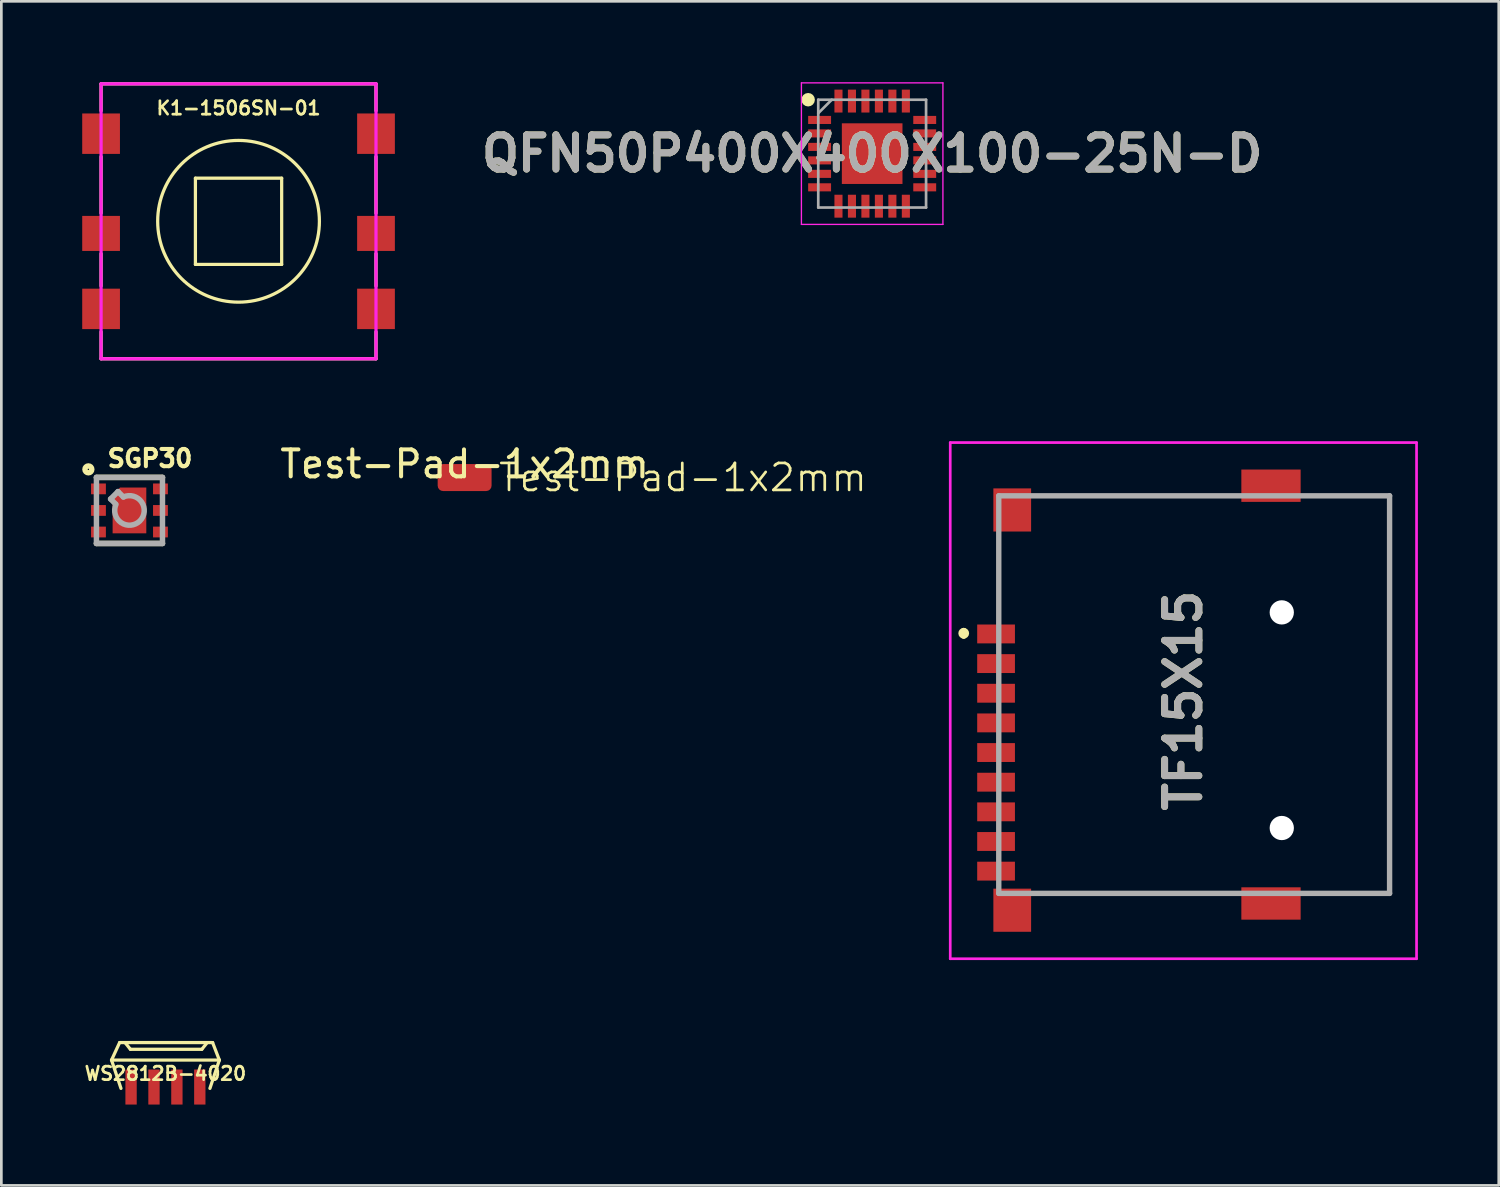
<source format=kicad_pcb>
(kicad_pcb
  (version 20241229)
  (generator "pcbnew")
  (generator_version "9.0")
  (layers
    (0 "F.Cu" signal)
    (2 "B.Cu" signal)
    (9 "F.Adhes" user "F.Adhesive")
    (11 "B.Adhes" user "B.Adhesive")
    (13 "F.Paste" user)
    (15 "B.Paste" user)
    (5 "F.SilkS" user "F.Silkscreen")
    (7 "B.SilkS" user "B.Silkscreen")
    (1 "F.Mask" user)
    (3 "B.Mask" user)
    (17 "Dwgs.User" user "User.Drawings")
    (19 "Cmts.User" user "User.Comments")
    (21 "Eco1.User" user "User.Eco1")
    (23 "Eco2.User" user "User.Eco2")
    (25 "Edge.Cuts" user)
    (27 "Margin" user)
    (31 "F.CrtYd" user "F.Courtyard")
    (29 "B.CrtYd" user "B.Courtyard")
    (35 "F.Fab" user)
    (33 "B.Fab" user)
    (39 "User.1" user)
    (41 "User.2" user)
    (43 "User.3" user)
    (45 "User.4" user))
  (footprint "SGP30"
    (layer "F.Cu")
    (at 1.753 15.888)
    (property "Reference" "SGP30" (at 0.762 -1.93 0) (layer "F.SilkS") (effects (font (size 0.64 0.64) (thickness 0.15))))
    (attr smd)
    (fp_poly (pts (xy -0.725 0.95) (xy 0.725 0.95) (xy 0.725 -0.95) (xy -0.4 -0.95) (xy -0.725 -0.625)) (stroke (width 0.0001) (type solid)) (fill yes) (layer "F.Mask"))
    (fp_line (start -1.225 -1.225) (end 1.225 -1.225) (stroke (width 0.203) (type solid)) (layer "F.SilkS"))
    (fp_line (start 1.225 1.225) (end -1.225 1.225) (stroke (width 0.203) (type solid)) (layer "F.SilkS"))
    (fp_circle (center -1.524 -1.524) (end -1.397 -1.524) (stroke (width 0.203) (type solid)) (fill no) (layer "F.SilkS"))
    (fp_poly (pts (xy -1.525 -1) (xy -0.975 -1) (xy -0.975 -0.6) (xy -1.525 -0.6)) (stroke (width 0.01) (type solid)) (fill yes) (layer "F.Paste"))
    (fp_poly (pts (xy -1.525 -0.2) (xy -0.975 -0.2) (xy -0.975 0.2) (xy -1.525 0.2)) (stroke (width 0.01) (type solid)) (fill yes) (layer "F.Paste"))
    (fp_poly (pts (xy -1.525 0.6) (xy -0.975 0.6) (xy -0.975 1) (xy -1.525 1)) (stroke (width 0.01) (type solid)) (fill yes) (layer "F.Paste"))
    (fp_poly (pts (xy -0.3 -0.425) (xy 0.3 -0.425) (xy 0.3 0.425) (xy -0.3 0.425)) (stroke (width 0.01) (type solid)) (fill yes) (layer "F.Paste"))
    (fp_poly (pts (xy 0.975 -1) (xy 1.525 -1) (xy 1.525 -0.6) (xy 0.975 -0.6)) (stroke (width 0.01) (type solid)) (fill yes) (layer "F.Paste"))
    (fp_poly (pts (xy 0.975 -0.2) (xy 1.525 -0.2) (xy 1.525 0.2) (xy 0.975 0.2)) (stroke (width 0.01) (type solid)) (fill yes) (layer "F.Paste"))
    (fp_poly (pts (xy 0.975 0.6) (xy 1.525 0.6) (xy 1.525 1) (xy 0.975 1)) (stroke (width 0.01) (type solid)) (fill yes) (layer "F.Paste"))
    (fp_line (start -1.225 -1.225) (end -1.225 1.225) (stroke (width 0.203) (type solid)) (layer "F.Fab"))
    (fp_line (start -1.225 1.225) (end 1.225 1.225) (stroke (width 0.203) (type solid)) (layer "F.Fab"))
    (fp_line (start -0.7 -0.425) (end -0.525 -0.25) (stroke (width 0.203) (type solid)) (layer "F.Fab"))
    (fp_line (start -0.425 -0.7) (end -0.7 -0.425) (stroke (width 0.203) (type solid)) (layer "F.Fab"))
    (fp_line (start -0.225 -0.5) (end -0.425 -0.7) (stroke (width 0.203) (type solid)) (layer "F.Fab"))
    (fp_line (start 1.225 -1.225) (end -1.225 -1.225) (stroke (width 0.203) (type solid)) (layer "F.Fab"))
    (fp_line (start 1.225 1.225) (end 1.225 -1.225) (stroke (width 0.203) (type solid)) (layer "F.Fab"))
    (fp_arc (start -0.225 -0.5) (mid 0.387692 0.387692) (end -0.5 -0.225) (stroke (width 0.2032) (type solid)) (layer "F.Fab"))
    (pad "1" smd rect (at -1.15 -0.8) (size 0.55 0.4) (layers "F.Cu" "F.Mask"))
    (pad "2" smd rect (at -1.15 0) (size 0.55 0.4) (layers "F.Cu" "F.Mask"))
    (pad "3" smd rect (at -1.15 0.8) (size 0.55 0.4) (layers "F.Cu" "F.Mask"))
    (pad "4" smd rect (at 1.15 0.8) (size 0.55 0.4) (layers "F.Cu" "F.Mask"))
    (pad "5" smd rect (at 1.15 0) (size 0.55 0.4) (layers "F.Cu" "F.Mask"))
    (pad "6" smd rect (at 1.15 -0.8) (size 0.55 0.4) (layers "F.Cu" "F.Mask"))
    (pad "DIEPAD" smd custom (at 0 0) (size 0.305 0.61) (layers "F.Cu") (options (anchor rect)) (primitives (gr_poly (pts (xy -0.625 0.85) (xy 0.625 0.85) (xy 0.625 -0.85) (xy -0.35 -0.85) (xy -0.625 -0.575)) (width 0.0001) (fill yes)))))
  (footprint "K1-1506SN-01"
    (layer "F.Cu")
    (at 5.8 5.16)
    (property "Reference" "K1-1506SN-01" (at 0 -4.2 0) (layer "F.SilkS") (effects (font (size 0.5 0.5) (thickness 0.1))))
    (attr smd)
    (fp_line (start -5.1 -5.1) (end -5.1 -4.1) (stroke (width 0.12) (type solid)) (layer "F.SilkS"))
    (fp_line (start -5.1 -2.4) (end -5.1 -0.3) (stroke (width 0.12) (type solid)) (layer "F.SilkS"))
    (fp_line (start -5.1 1.2) (end -5.1 2.4) (stroke (width 0.12) (type solid)) (layer "F.SilkS"))
    (fp_line (start -5.1 4.1) (end -5.1 5.1) (stroke (width 0.12) (type solid)) (layer "F.SilkS"))
    (fp_line (start -5.1 5.1) (end 5.1 5.1) (stroke (width 0.12) (type solid)) (layer "F.SilkS"))
    (fp_line (start -1.6 -1.6) (end 1.6 -1.6) (stroke (width 0.12) (type solid)) (layer "F.SilkS"))
    (fp_line (start -1.6 1.6) (end -1.6 -1.6) (stroke (width 0.12) (type solid)) (layer "F.SilkS"))
    (fp_line (start 1.6 1.6) (end -1.6 1.6) (stroke (width 0.12) (type solid)) (layer "F.SilkS"))
    (fp_line (start 1.6 1.6) (end 1.6 -1.6) (stroke (width 0.12) (type solid)) (layer "F.SilkS"))
    (fp_line (start 5.1 -5.1) (end -5.1 -5.1) (stroke (width 0.12) (type solid)) (layer "F.SilkS"))
    (fp_line (start 5.1 -5.1) (end 5.1 -4.1) (stroke (width 0.12) (type solid)) (layer "F.SilkS"))
    (fp_line (start 5.1 -2.4) (end 5.1 -0.3) (stroke (width 0.12) (type solid)) (layer "F.SilkS"))
    (fp_line (start 5.1 1.2) (end 5.1 2.4) (stroke (width 0.12) (type solid)) (layer "F.SilkS"))
    (fp_line (start 5.1 5.1) (end 5.1 4.1) (stroke (width 0.12) (type solid)) (layer "F.SilkS"))
    (fp_circle (center 0 0) (end 3 0) (stroke (width 0.12) (type solid)) (fill no) (layer "F.SilkS"))
    (fp_line (start -5.1 -5.1) (end -5.1 5.1) (stroke (width 0.12) (type solid)) (layer "F.CrtYd"))
    (fp_line (start -5.1 -5.1) (end 5.1 -5.1) (stroke (width 0.12) (type solid)) (layer "F.CrtYd"))
    (fp_line (start -5.1 5.1) (end 5.1 5.1) (stroke (width 0.12) (type solid)) (layer "F.CrtYd"))
    (fp_line (start 5.1 -5.1) (end 5.1 5.1) (stroke (width 0.12) (type solid)) (layer "F.CrtYd"))
    (pad "1" smd rect (at -5.1 -3.25) (size 1.4 1.5) (layers "F.Cu" "F.Mask" "F.Paste"))
    (pad "2" smd rect (at -5.1 0.45) (size 1.4 1.3) (layers "F.Cu" "F.Mask" "F.Paste"))
    (pad "3" smd rect (at -5.1 3.25) (size 1.4 1.5) (layers "F.Cu" "F.Mask" "F.Paste"))
    (pad "4" smd rect (at 5.1 3.25) (size 1.4 1.5) (layers "F.Cu" "F.Mask" "F.Paste"))
    (pad "5" smd rect (at 5.1 0.45) (size 1.4 1.3) (layers "F.Cu" "F.Mask" "F.Paste"))
    (pad "6" smd rect (at 5.1 -3.25) (size 1.4 1.5) (layers "F.Cu" "F.Mask" "F.Paste")))
  (footprint "Test-Pad-1x2mm"
    (layer "F.Cu")
    (at 14.188 14.668)
    (property "Reference" "Test-Pad-1x2mm" (at 0 -0.5 0) (unlocked yes) (layer "F.SilkS") (effects (font (size 1 1) (thickness 0.15))))
    (property "Value" "Test-Pad-1x2mm" (at 0 1 0) (unlocked yes) (layer "F.Fab") (hide yes) (effects (font (size 1 1) (thickness 0.15))))
    (attr smd exclude_from_pos_files exclude_from_bom)
    (fp_text user "${VALUE}" (at 1.2 0 0) (layer "F.SilkS") (effects (font (size 1 1) (thickness 0.1)) (justify left)))
    (pad "1" smd roundrect (at 0 0) (size 2 1) (layers "F.Cu" "F.Mask") (roundrect_rratio 0.2)))
  (footprint "QFN50P400X400X100-25N-D"
    (layer "F.Cu")
    (at 29.308 2.65)
    (property "Reference" "QFN50P400X400X100-25N-D" (at 0 0 0) (layer "F.SilkS") (effects (font (size 1.27 1.27) (thickness 0.254))))
    (attr smd)
    (fp_circle (center -2.375 -2) (end -2.375 -1.875) (stroke (width 0.25) (type solid)) (fill no) (layer "F.SilkS"))
    (fp_line (start -2.625 -2.625) (end 2.625 -2.625) (stroke (width 0.05) (type solid)) (layer "F.CrtYd"))
    (fp_line (start -2.625 2.625) (end -2.625 -2.625) (stroke (width 0.05) (type solid)) (layer "F.CrtYd"))
    (fp_line (start 2.625 -2.625) (end 2.625 2.625) (stroke (width 0.05) (type solid)) (layer "F.CrtYd"))
    (fp_line (start 2.625 2.625) (end -2.625 2.625) (stroke (width 0.05) (type solid)) (layer "F.CrtYd"))
    (fp_line (start -2 -2) (end 2 -2) (stroke (width 0.1) (type solid)) (layer "F.Fab"))
    (fp_line (start -2 -1.5) (end -1.5 -2) (stroke (width 0.1) (type solid)) (layer "F.Fab"))
    (fp_line (start -2 2) (end -2 -2) (stroke (width 0.1) (type solid)) (layer "F.Fab"))
    (fp_line (start 2 -2) (end 2 2) (stroke (width 0.1) (type solid)) (layer "F.Fab"))
    (fp_line (start 2 2) (end -2 2) (stroke (width 0.1) (type solid)) (layer "F.Fab"))
    (fp_text user "${REFERENCE}" (at 0 0 0) (layer "F.Fab") (effects (font (size 1.27 1.27) (thickness 0.254))))
    (pad "1" smd rect (at -1.95 -1.25 90) (size 0.3 0.85) (layers "F.Cu" "F.Mask" "F.Paste"))
    (pad "2" smd rect (at -1.95 -0.75 90) (size 0.3 0.85) (layers "F.Cu" "F.Mask" "F.Paste"))
    (pad "3" smd rect (at -1.95 -0.25 90) (size 0.3 0.85) (layers "F.Cu" "F.Mask" "F.Paste"))
    (pad "4" smd rect (at -1.95 0.25 90) (size 0.3 0.85) (layers "F.Cu" "F.Mask" "F.Paste"))
    (pad "5" smd rect (at -1.95 0.75 90) (size 0.3 0.85) (layers "F.Cu" "F.Mask" "F.Paste"))
    (pad "6" smd rect (at -1.95 1.25 90) (size 0.3 0.85) (layers "F.Cu" "F.Mask" "F.Paste"))
    (pad "7" smd rect (at -1.25 1.95) (size 0.3 0.85) (layers "F.Cu" "F.Mask" "F.Paste"))
    (pad "8" smd rect (at -0.75 1.95) (size 0.3 0.85) (layers "F.Cu" "F.Mask" "F.Paste"))
    (pad "9" smd rect (at -0.25 1.95) (size 0.3 0.85) (layers "F.Cu" "F.Mask" "F.Paste"))
    (pad "10" smd rect (at 0.25 1.95) (size 0.3 0.85) (layers "F.Cu" "F.Mask" "F.Paste"))
    (pad "11" smd rect (at 0.75 1.95) (size 0.3 0.85) (layers "F.Cu" "F.Mask" "F.Paste"))
    (pad "12" smd rect (at 1.25 1.95) (size 0.3 0.85) (layers "F.Cu" "F.Mask" "F.Paste"))
    (pad "13" smd rect (at 1.95 1.25 90) (size 0.3 0.85) (layers "F.Cu" "F.Mask" "F.Paste"))
    (pad "14" smd rect (at 1.95 0.75 90) (size 0.3 0.85) (layers "F.Cu" "F.Mask" "F.Paste"))
    (pad "15" smd rect (at 1.95 0.25 90) (size 0.3 0.85) (layers "F.Cu" "F.Mask" "F.Paste"))
    (pad "16" smd rect (at 1.95 -0.25 90) (size 0.3 0.85) (layers "F.Cu" "F.Mask" "F.Paste"))
    (pad "17" smd rect (at 1.95 -0.75 90) (size 0.3 0.85) (layers "F.Cu" "F.Mask" "F.Paste"))
    (pad "18" smd rect (at 1.95 -1.25 90) (size 0.3 0.85) (layers "F.Cu" "F.Mask" "F.Paste"))
    (pad "19" smd rect (at 1.25 -1.95) (size 0.3 0.85) (layers "F.Cu" "F.Mask" "F.Paste"))
    (pad "20" smd rect (at 0.75 -1.95) (size 0.3 0.85) (layers "F.Cu" "F.Mask" "F.Paste"))
    (pad "21" smd rect (at 0.25 -1.95) (size 0.3 0.85) (layers "F.Cu" "F.Mask" "F.Paste"))
    (pad "22" smd rect (at -0.25 -1.95) (size 0.3 0.85) (layers "F.Cu" "F.Mask" "F.Paste"))
    (pad "23" smd rect (at -0.75 -1.95) (size 0.3 0.85) (layers "F.Cu" "F.Mask" "F.Paste"))
    (pad "24" smd rect (at -1.25 -1.95) (size 0.3 0.85) (layers "F.Cu" "F.Mask" "F.Paste"))
    (pad "25" smd rect (at 0 0) (size 2.25 2.25) (layers "F.Cu" "F.Mask" "F.Paste")))
  (footprint "TF15X15"
    (layer "F.Cu")
    (at 40.855 22.945)
    (property "Reference" "TF15X15" (at 0 0 90) (layer "F.SilkS") (effects (font (size 1.27 1.27) (thickness 0.254))))
    (attr smd)
    (fp_line (start -8.15 -2.6) (end -8.15 -2.6) (stroke (width 0.2) (type solid)) (layer "F.SilkS"))
    (fp_line (start -8.15 -2.4) (end -8.15 -2.4) (stroke (width 0.2) (type solid)) (layer "F.SilkS"))
    (fp_line (start -6.85 -6.1) (end -6.85 -3.1) (stroke (width 0.1) (type solid)) (layer "F.SilkS"))
    (fp_line (start -5.35 7.15) (end 1.85 7.15) (stroke (width 0.1) (type solid)) (layer "F.SilkS"))
    (fp_line (start 1.85 -7.6) (end -5.35 -7.6) (stroke (width 0.1) (type solid)) (layer "F.SilkS"))
    (fp_line (start 4.55 7.15) (end 7.65 7.15) (stroke (width 0.1) (type solid)) (layer "F.SilkS"))
    (fp_line (start 7.65 -7.6) (end 4.55 -7.6) (stroke (width 0.1) (type solid)) (layer "F.SilkS"))
    (fp_line (start 7.65 7.15) (end 7.65 -7.6) (stroke (width 0.1) (type solid)) (layer "F.SilkS"))
    (fp_arc (start -8.15 -2.6) (mid -8.05 -2.5) (end -8.15 -2.4) (stroke (width 0.2) (type solid)) (layer "F.SilkS"))
    (fp_arc (start -8.15 -2.4) (mid -8.25 -2.5) (end -8.15 -2.6) (stroke (width 0.2) (type solid)) (layer "F.SilkS"))
    (fp_line (start -8.65 -9.575) (end 8.65 -9.575) (stroke (width 0.1) (type solid)) (layer "F.CrtYd"))
    (fp_line (start -8.65 9.575) (end -8.65 -9.575) (stroke (width 0.1) (type solid)) (layer "F.CrtYd"))
    (fp_line (start 8.65 -9.575) (end 8.65 9.575) (stroke (width 0.1) (type solid)) (layer "F.CrtYd"))
    (fp_line (start 8.65 9.575) (end -8.65 9.575) (stroke (width 0.1) (type solid)) (layer "F.CrtYd"))
    (fp_line (start -6.85 -7.6) (end 7.65 -7.6) (stroke (width 0.2) (type solid)) (layer "F.Fab"))
    (fp_line (start -6.85 7.15) (end -6.85 -7.6) (stroke (width 0.2) (type solid)) (layer "F.Fab"))
    (fp_line (start 7.65 -7.6) (end 7.65 7.15) (stroke (width 0.2) (type solid)) (layer "F.Fab"))
    (fp_line (start 7.65 7.15) (end -6.85 7.15) (stroke (width 0.2) (type solid)) (layer "F.Fab"))
    (fp_text user "${REFERENCE}" (at 0 0 90) (layer "F.Fab") (effects (font (size 1.27 1.27) (thickness 0.254))))
    (pad "" np_thru_hole circle (at 3.65 -3.275 90) (size 0.9 0.9) (drill 0.9) (layers "*.Cu" "*.Mask"))
    (pad "" np_thru_hole circle (at 3.65 4.725 90) (size 0.9 0.9) (drill 0.9) (layers "*.Cu" "*.Mask"))
    (pad "1" smd rect (at -6.95 -2.475 90) (size 0.7 1.4) (layers "F.Cu" "F.Mask" "F.Paste"))
    (pad "2" smd rect (at -6.95 -1.375 90) (size 0.7 1.4) (layers "F.Cu" "F.Mask" "F.Paste"))
    (pad "3" smd rect (at -6.95 -0.275 90) (size 0.7 1.4) (layers "F.Cu" "F.Mask" "F.Paste"))
    (pad "4" smd rect (at -6.95 0.825 90) (size 0.7 1.4) (layers "F.Cu" "F.Mask" "F.Paste"))
    (pad "5" smd rect (at -6.95 1.925 90) (size 0.7 1.4) (layers "F.Cu" "F.Mask" "F.Paste"))
    (pad "6" smd rect (at -6.95 3.025 90) (size 0.7 1.4) (layers "F.Cu" "F.Mask" "F.Paste"))
    (pad "7" smd rect (at -6.95 4.125 90) (size 0.7 1.4) (layers "F.Cu" "F.Mask" "F.Paste"))
    (pad "8" smd rect (at -6.95 5.225 90) (size 0.7 1.4) (layers "F.Cu" "F.Mask" "F.Paste"))
    (pad "9" smd rect (at -6.95 6.325 90) (size 0.7 1.4) (layers "F.Cu" "F.Mask" "F.Paste"))
    (pad "10" smd rect (at -6.35 -7.075 180) (size 1.4 1.6) (layers "F.Cu" "F.Mask" "F.Paste"))
    (pad "10" smd rect (at -6.35 7.775 180) (size 1.4 1.6) (layers "F.Cu" "F.Mask" "F.Paste"))
    (pad "10" smd rect (at 3.25 -7.975 90) (size 1.2 2.2) (layers "F.Cu" "F.Mask" "F.Paste"))
    (pad "10" smd rect (at 3.25 7.525 90) (size 1.2 2.2) (layers "F.Cu" "F.Mask" "F.Paste")))
  (footprint "WS2812B-4020"
    (layer "F.Cu")
    (at 3.088 36.28)
    (property "Reference" "WS2812B-4020" (at 0 0.5 180) (layer "F.SilkS") (effects (font (size 0.5 0.5) (thickness 0.1))))
    (attr smd)
    (fp_line (start -2 0) (end -1.7 -0.65) (stroke (width 0.12) (type solid)) (layer "F.SilkS"))
    (fp_line (start -2 0) (end -1.65 1.05) (stroke (width 0.12) (type solid)) (layer "F.SilkS"))
    (fp_line (start -2 0) (end 2 0) (stroke (width 0.12) (type solid)) (layer "F.SilkS"))
    (fp_line (start -1.7 -0.65) (end 1.75 -0.65) (stroke (width 0.12) (type solid)) (layer "F.SilkS"))
    (fp_line (start -1.5 -0.65) (end -1.3 -0.4) (stroke (width 0.12) (type solid)) (layer "F.SilkS"))
    (fp_line (start -1.3 -0.4) (end 1.35 -0.4) (stroke (width 0.12) (type solid)) (layer "F.SilkS"))
    (fp_line (start 1.35 -0.4) (end 1.55 -0.65) (stroke (width 0.12) (type solid)) (layer "F.SilkS"))
    (fp_line (start 2 0) (end 1.65 1.05) (stroke (width 0.12) (type solid)) (layer "F.SilkS"))
    (fp_line (start 2 0) (end 1.75 -0.65) (stroke (width 0.12) (type solid)) (layer "F.SilkS"))
    (pad "1" smd rect (at 1.275 1) (size 0.42 1.3) (layers "F.Cu" "F.Mask" "F.Paste"))
    (pad "2" smd rect (at 0.425 1) (size 0.42 1.3) (layers "F.Cu" "F.Mask" "F.Paste"))
    (pad "3" smd rect (at -0.425 1) (size 0.42 1.3) (layers "F.Cu" "F.Mask" "F.Paste"))
    (pad "4" smd rect (at -1.275 1) (size 0.42 1.3) (layers "F.Cu" "F.Mask" "F.Paste")))
  (gr_rect
    (start -3 -3)
    (end 52.555 40.93)
    (stroke (width 0.1) (type default))
    (fill no)
    (layer "Edge.Cuts")))
</source>
